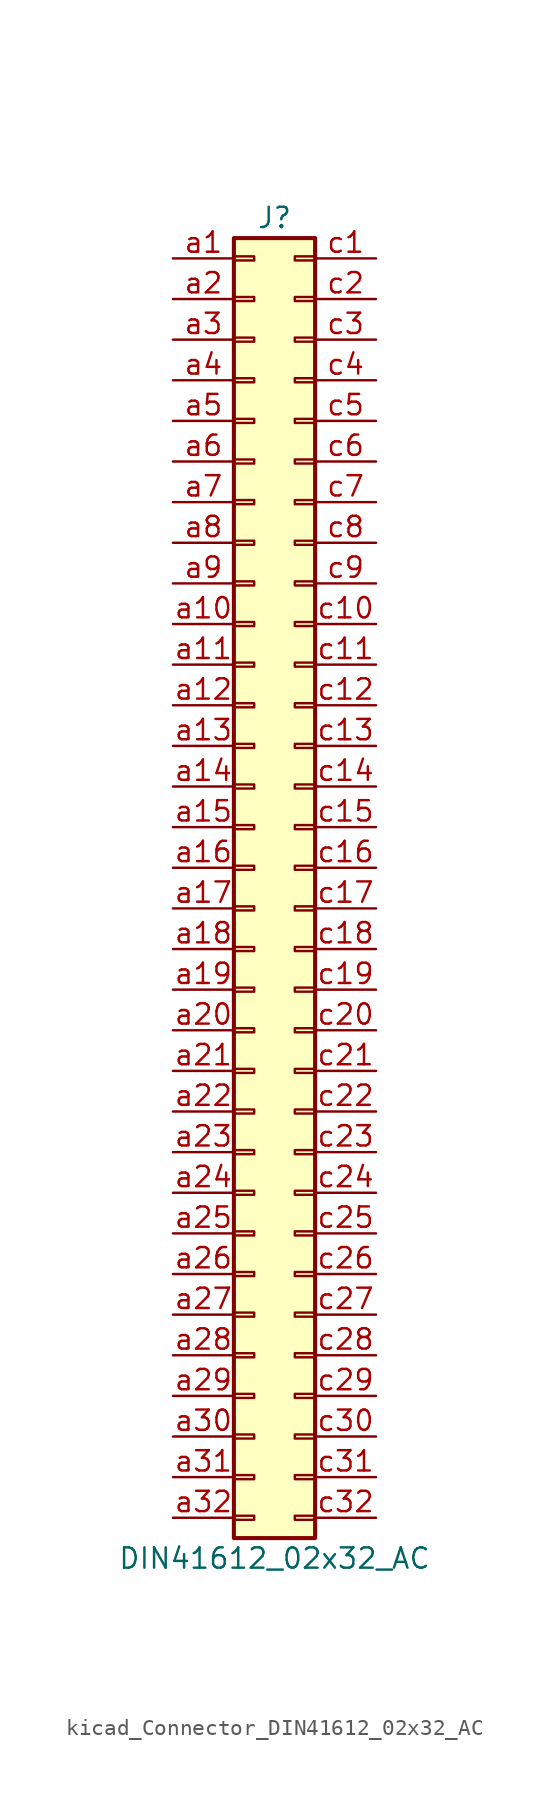
<source format=kicad_sym>
(kicad_symbol_lib
  (version 20220914)
  (generator kicad_symbol_editor)
  (symbol "kicad_Connector_DIN41612_02x32_AC"
    (pin_names
      (offset 1.016) hide)
    (property "Reference" "J"
      (at 1.27 40.64 0)
      (effects (font (size 1.27 1.27))))
    (property "Value" "DIN41612_02x32_AC"
      (at 1.27 -43.18 0)
      (effects (font (size 1.27 1.27))))
    (symbol "kicad_Connector_DIN41612_02x32_AC_1_1"
      (rectangle (start -1.27 -40.513) (end 0 -40.767) (stroke (width 0.152) (type default)) (fill (type none)))
      (rectangle (start -1.27 -37.973) (end 0 -38.227) (stroke (width 0.152) (type default)) (fill (type none)))
      (rectangle (start -1.27 -35.433) (end 0 -35.687) (stroke (width 0.152) (type default)) (fill (type none)))
      (rectangle (start -1.27 -32.893) (end 0 -33.147) (stroke (width 0.152) (type default)) (fill (type none)))
      (rectangle (start -1.27 -30.353) (end 0 -30.607) (stroke (width 0.152) (type default)) (fill (type none)))
      (rectangle (start -1.27 -27.813) (end 0 -28.067) (stroke (width 0.152) (type default)) (fill (type none)))
      (rectangle (start -1.27 -25.273) (end 0 -25.527) (stroke (width 0.152) (type default)) (fill (type none)))
      (rectangle (start -1.27 -22.733) (end 0 -22.987) (stroke (width 0.152) (type default)) (fill (type none)))
      (rectangle (start -1.27 -20.193) (end 0 -20.447) (stroke (width 0.152) (type default)) (fill (type none)))
      (rectangle (start -1.27 -17.653) (end 0 -17.907) (stroke (width 0.152) (type default)) (fill (type none)))
      (rectangle (start -1.27 -15.113) (end 0 -15.367) (stroke (width 0.152) (type default)) (fill (type none)))
      (rectangle (start -1.27 -12.573) (end 0 -12.827) (stroke (width 0.152) (type default)) (fill (type none)))
      (rectangle (start -1.27 -10.033) (end 0 -10.287) (stroke (width 0.152) (type default)) (fill (type none)))
      (rectangle (start -1.27 -7.493) (end 0 -7.747) (stroke (width 0.152) (type default)) (fill (type none)))
      (rectangle (start -1.27 -4.953) (end 0 -5.207) (stroke (width 0.152) (type default)) (fill (type none)))
      (rectangle (start -1.27 -2.413) (end 0 -2.667) (stroke (width 0.152) (type default)) (fill (type none)))
      (rectangle (start -1.27 0.127) (end 0 -0.127) (stroke (width 0.152) (type default)) (fill (type none)))
      (rectangle (start -1.27 2.667) (end 0 2.413) (stroke (width 0.152) (type default)) (fill (type none)))
      (rectangle (start -1.27 5.207) (end 0 4.953) (stroke (width 0.152) (type default)) (fill (type none)))
      (rectangle (start -1.27 7.747) (end 0 7.493) (stroke (width 0.152) (type default)) (fill (type none)))
      (rectangle (start -1.27 10.287) (end 0 10.033) (stroke (width 0.152) (type default)) (fill (type none)))
      (rectangle (start -1.27 12.827) (end 0 12.573) (stroke (width 0.152) (type default)) (fill (type none)))
      (rectangle (start -1.27 15.367) (end 0 15.113) (stroke (width 0.152) (type default)) (fill (type none)))
      (rectangle (start -1.27 17.907) (end 0 17.653) (stroke (width 0.152) (type default)) (fill (type none)))
      (rectangle (start -1.27 20.447) (end 0 20.193) (stroke (width 0.152) (type default)) (fill (type none)))
      (rectangle (start -1.27 22.987) (end 0 22.733) (stroke (width 0.152) (type default)) (fill (type none)))
      (rectangle (start -1.27 25.527) (end 0 25.273) (stroke (width 0.152) (type default)) (fill (type none)))
      (rectangle (start -1.27 28.067) (end 0 27.813) (stroke (width 0.152) (type default)) (fill (type none)))
      (rectangle (start -1.27 30.607) (end 0 30.353) (stroke (width 0.152) (type default)) (fill (type none)))
      (rectangle (start -1.27 33.147) (end 0 32.893) (stroke (width 0.152) (type default)) (fill (type none)))
      (rectangle (start -1.27 35.687) (end 0 35.433) (stroke (width 0.152) (type default)) (fill (type none)))
      (rectangle (start -1.27 38.227) (end 0 37.973) (stroke (width 0.152) (type default)) (fill (type none)))
      (rectangle (start -1.27 39.37) (end 3.81 -41.91) (stroke (width 0.254) (type default)) (fill (type background)))
      (rectangle (start 3.81 -40.513) (end 2.54 -40.767) (stroke (width 0.152) (type default)) (fill (type none)))
      (rectangle (start 3.81 -37.973) (end 2.54 -38.227) (stroke (width 0.152) (type default)) (fill (type none)))
      (rectangle (start 3.81 -35.433) (end 2.54 -35.687) (stroke (width 0.152) (type default)) (fill (type none)))
      (rectangle (start 3.81 -32.893) (end 2.54 -33.147) (stroke (width 0.152) (type default)) (fill (type none)))
      (rectangle (start 3.81 -30.353) (end 2.54 -30.607) (stroke (width 0.152) (type default)) (fill (type none)))
      (rectangle (start 3.81 -27.813) (end 2.54 -28.067) (stroke (width 0.152) (type default)) (fill (type none)))
      (rectangle (start 3.81 -25.273) (end 2.54 -25.527) (stroke (width 0.152) (type default)) (fill (type none)))
      (rectangle (start 3.81 -22.733) (end 2.54 -22.987) (stroke (width 0.152) (type default)) (fill (type none)))
      (rectangle (start 3.81 -20.193) (end 2.54 -20.447) (stroke (width 0.152) (type default)) (fill (type none)))
      (rectangle (start 3.81 -17.653) (end 2.54 -17.907) (stroke (width 0.152) (type default)) (fill (type none)))
      (rectangle (start 3.81 -15.113) (end 2.54 -15.367) (stroke (width 0.152) (type default)) (fill (type none)))
      (rectangle (start 3.81 -12.573) (end 2.54 -12.827) (stroke (width 0.152) (type default)) (fill (type none)))
      (rectangle (start 3.81 -10.033) (end 2.54 -10.287) (stroke (width 0.152) (type default)) (fill (type none)))
      (rectangle (start 3.81 -7.493) (end 2.54 -7.747) (stroke (width 0.152) (type default)) (fill (type none)))
      (rectangle (start 3.81 -4.953) (end 2.54 -5.207) (stroke (width 0.152) (type default)) (fill (type none)))
      (rectangle (start 3.81 -2.413) (end 2.54 -2.667) (stroke (width 0.152) (type default)) (fill (type none)))
      (rectangle (start 3.81 0.127) (end 2.54 -0.127) (stroke (width 0.152) (type default)) (fill (type none)))
      (rectangle (start 3.81 2.667) (end 2.54 2.413) (stroke (width 0.152) (type default)) (fill (type none)))
      (rectangle (start 3.81 5.207) (end 2.54 4.953) (stroke (width 0.152) (type default)) (fill (type none)))
      (rectangle (start 3.81 7.747) (end 2.54 7.493) (stroke (width 0.152) (type default)) (fill (type none)))
      (rectangle (start 3.81 10.287) (end 2.54 10.033) (stroke (width 0.152) (type default)) (fill (type none)))
      (rectangle (start 3.81 12.827) (end 2.54 12.573) (stroke (width 0.152) (type default)) (fill (type none)))
      (rectangle (start 3.81 15.367) (end 2.54 15.113) (stroke (width 0.152) (type default)) (fill (type none)))
      (rectangle (start 3.81 17.907) (end 2.54 17.653) (stroke (width 0.152) (type default)) (fill (type none)))
      (rectangle (start 3.81 20.447) (end 2.54 20.193) (stroke (width 0.152) (type default)) (fill (type none)))
      (rectangle (start 3.81 22.987) (end 2.54 22.733) (stroke (width 0.152) (type default)) (fill (type none)))
      (rectangle (start 3.81 25.527) (end 2.54 25.273) (stroke (width 0.152) (type default)) (fill (type none)))
      (rectangle (start 3.81 28.067) (end 2.54 27.813) (stroke (width 0.152) (type default)) (fill (type none)))
      (rectangle (start 3.81 30.607) (end 2.54 30.353) (stroke (width 0.152) (type default)) (fill (type none)))
      (rectangle (start 3.81 33.147) (end 2.54 32.893) (stroke (width 0.152) (type default)) (fill (type none)))
      (rectangle (start 3.81 35.687) (end 2.54 35.433) (stroke (width 0.152) (type default)) (fill (type none)))
      (rectangle (start 3.81 38.227) (end 2.54 37.973) (stroke (width 0.152) (type default)) (fill (type none)))
      (pin passive line (at -5.08 38.1 0) (length 3.81) (name "Pin_a1" (effects (font (size 1.27 1.27)))) (number "a1" (effects (font (size 1.27 1.27)))))
      (pin passive line (at -5.08 15.24 0) (length 3.81) (name "Pin_a10" (effects (font (size 1.27 1.27)))) (number "a10" (effects (font (size 1.27 1.27)))))
      (pin passive line (at -5.08 12.7 0) (length 3.81) (name "Pin_a11" (effects (font (size 1.27 1.27)))) (number "a11" (effects (font (size 1.27 1.27)))))
      (pin passive line (at -5.08 10.16 0) (length 3.81) (name "Pin_a12" (effects (font (size 1.27 1.27)))) (number "a12" (effects (font (size 1.27 1.27)))))
      (pin passive line (at -5.08 7.62 0) (length 3.81) (name "Pin_a13" (effects (font (size 1.27 1.27)))) (number "a13" (effects (font (size 1.27 1.27)))))
      (pin passive line (at -5.08 5.08 0) (length 3.81) (name "Pin_a14" (effects (font (size 1.27 1.27)))) (number "a14" (effects (font (size 1.27 1.27)))))
      (pin passive line (at -5.08 2.54 0) (length 3.81) (name "Pin_a15" (effects (font (size 1.27 1.27)))) (number "a15" (effects (font (size 1.27 1.27)))))
      (pin passive line (at -5.08 0 0) (length 3.81) (name "Pin_a16" (effects (font (size 1.27 1.27)))) (number "a16" (effects (font (size 1.27 1.27)))))
      (pin passive line (at -5.08 -2.54 0) (length 3.81) (name "Pin_a17" (effects (font (size 1.27 1.27)))) (number "a17" (effects (font (size 1.27 1.27)))))
      (pin passive line (at -5.08 -5.08 0) (length 3.81) (name "Pin_a18" (effects (font (size 1.27 1.27)))) (number "a18" (effects (font (size 1.27 1.27)))))
      (pin passive line (at -5.08 -7.62 0) (length 3.81) (name "Pin_a19" (effects (font (size 1.27 1.27)))) (number "a19" (effects (font (size 1.27 1.27)))))
      (pin passive line (at -5.08 35.56 0) (length 3.81) (name "Pin_a2" (effects (font (size 1.27 1.27)))) (number "a2" (effects (font (size 1.27 1.27)))))
      (pin passive line (at -5.08 -10.16 0) (length 3.81) (name "Pin_a20" (effects (font (size 1.27 1.27)))) (number "a20" (effects (font (size 1.27 1.27)))))
      (pin passive line (at -5.08 -12.7 0) (length 3.81) (name "Pin_a21" (effects (font (size 1.27 1.27)))) (number "a21" (effects (font (size 1.27 1.27)))))
      (pin passive line (at -5.08 -15.24 0) (length 3.81) (name "Pin_a22" (effects (font (size 1.27 1.27)))) (number "a22" (effects (font (size 1.27 1.27)))))
      (pin passive line (at -5.08 -17.78 0) (length 3.81) (name "Pin_a23" (effects (font (size 1.27 1.27)))) (number "a23" (effects (font (size 1.27 1.27)))))
      (pin passive line (at -5.08 -20.32 0) (length 3.81) (name "Pin_a24" (effects (font (size 1.27 1.27)))) (number "a24" (effects (font (size 1.27 1.27)))))
      (pin passive line (at -5.08 -22.86 0) (length 3.81) (name "Pin_a25" (effects (font (size 1.27 1.27)))) (number "a25" (effects (font (size 1.27 1.27)))))
      (pin passive line (at -5.08 -25.4 0) (length 3.81) (name "Pin_a26" (effects (font (size 1.27 1.27)))) (number "a26" (effects (font (size 1.27 1.27)))))
      (pin passive line (at -5.08 -27.94 0) (length 3.81) (name "Pin_a27" (effects (font (size 1.27 1.27)))) (number "a27" (effects (font (size 1.27 1.27)))))
      (pin passive line (at -5.08 -30.48 0) (length 3.81) (name "Pin_a28" (effects (font (size 1.27 1.27)))) (number "a28" (effects (font (size 1.27 1.27)))))
      (pin passive line (at -5.08 -33.02 0) (length 3.81) (name "Pin_a29" (effects (font (size 1.27 1.27)))) (number "a29" (effects (font (size 1.27 1.27)))))
      (pin passive line (at -5.08 33.02 0) (length 3.81) (name "Pin_a3" (effects (font (size 1.27 1.27)))) (number "a3" (effects (font (size 1.27 1.27)))))
      (pin passive line (at -5.08 -35.56 0) (length 3.81) (name "Pin_a30" (effects (font (size 1.27 1.27)))) (number "a30" (effects (font (size 1.27 1.27)))))
      (pin passive line (at -5.08 -38.1 0) (length 3.81) (name "Pin_a31" (effects (font (size 1.27 1.27)))) (number "a31" (effects (font (size 1.27 1.27)))))
      (pin passive line (at -5.08 -40.64 0) (length 3.81) (name "Pin_a32" (effects (font (size 1.27 1.27)))) (number "a32" (effects (font (size 1.27 1.27)))))
      (pin passive line (at -5.08 30.48 0) (length 3.81) (name "Pin_a4" (effects (font (size 1.27 1.27)))) (number "a4" (effects (font (size 1.27 1.27)))))
      (pin passive line (at -5.08 27.94 0) (length 3.81) (name "Pin_a5" (effects (font (size 1.27 1.27)))) (number "a5" (effects (font (size 1.27 1.27)))))
      (pin passive line (at -5.08 25.4 0) (length 3.81) (name "Pin_a6" (effects (font (size 1.27 1.27)))) (number "a6" (effects (font (size 1.27 1.27)))))
      (pin passive line (at -5.08 22.86 0) (length 3.81) (name "Pin_a7" (effects (font (size 1.27 1.27)))) (number "a7" (effects (font (size 1.27 1.27)))))
      (pin passive line (at -5.08 20.32 0) (length 3.81) (name "Pin_a8" (effects (font (size 1.27 1.27)))) (number "a8" (effects (font (size 1.27 1.27)))))
      (pin passive line (at -5.08 17.78 0) (length 3.81) (name "Pin_a9" (effects (font (size 1.27 1.27)))) (number "a9" (effects (font (size 1.27 1.27)))))
      (pin passive line (at 7.62 38.1 180) (length 3.81) (name "Pin_c1" (effects (font (size 1.27 1.27)))) (number "c1" (effects (font (size 1.27 1.27)))))
      (pin passive line (at 7.62 15.24 180) (length 3.81) (name "Pin_c10" (effects (font (size 1.27 1.27)))) (number "c10" (effects (font (size 1.27 1.27)))))
      (pin passive line (at 7.62 12.7 180) (length 3.81) (name "Pin_c11" (effects (font (size 1.27 1.27)))) (number "c11" (effects (font (size 1.27 1.27)))))
      (pin passive line (at 7.62 10.16 180) (length 3.81) (name "Pin_c12" (effects (font (size 1.27 1.27)))) (number "c12" (effects (font (size 1.27 1.27)))))
      (pin passive line (at 7.62 7.62 180) (length 3.81) (name "Pin_c13" (effects (font (size 1.27 1.27)))) (number "c13" (effects (font (size 1.27 1.27)))))
      (pin passive line (at 7.62 5.08 180) (length 3.81) (name "Pin_c14" (effects (font (size 1.27 1.27)))) (number "c14" (effects (font (size 1.27 1.27)))))
      (pin passive line (at 7.62 2.54 180) (length 3.81) (name "Pin_c15" (effects (font (size 1.27 1.27)))) (number "c15" (effects (font (size 1.27 1.27)))))
      (pin passive line (at 7.62 0 180) (length 3.81) (name "Pin_c16" (effects (font (size 1.27 1.27)))) (number "c16" (effects (font (size 1.27 1.27)))))
      (pin passive line (at 7.62 -2.54 180) (length 3.81) (name "Pin_c17" (effects (font (size 1.27 1.27)))) (number "c17" (effects (font (size 1.27 1.27)))))
      (pin passive line (at 7.62 -5.08 180) (length 3.81) (name "Pin_c18" (effects (font (size 1.27 1.27)))) (number "c18" (effects (font (size 1.27 1.27)))))
      (pin passive line (at 7.62 -7.62 180) (length 3.81) (name "Pin_c19" (effects (font (size 1.27 1.27)))) (number "c19" (effects (font (size 1.27 1.27)))))
      (pin passive line (at 7.62 35.56 180) (length 3.81) (name "Pin_c2" (effects (font (size 1.27 1.27)))) (number "c2" (effects (font (size 1.27 1.27)))))
      (pin passive line (at 7.62 -10.16 180) (length 3.81) (name "Pin_c20" (effects (font (size 1.27 1.27)))) (number "c20" (effects (font (size 1.27 1.27)))))
      (pin passive line (at 7.62 -12.7 180) (length 3.81) (name "Pin_c21" (effects (font (size 1.27 1.27)))) (number "c21" (effects (font (size 1.27 1.27)))))
      (pin passive line (at 7.62 -15.24 180) (length 3.81) (name "Pin_c22" (effects (font (size 1.27 1.27)))) (number "c22" (effects (font (size 1.27 1.27)))))
      (pin passive line (at 7.62 -17.78 180) (length 3.81) (name "Pin_c23" (effects (font (size 1.27 1.27)))) (number "c23" (effects (font (size 1.27 1.27)))))
      (pin passive line (at 7.62 -20.32 180) (length 3.81) (name "Pin_c24" (effects (font (size 1.27 1.27)))) (number "c24" (effects (font (size 1.27 1.27)))))
      (pin passive line (at 7.62 -22.86 180) (length 3.81) (name "Pin_c25" (effects (font (size 1.27 1.27)))) (number "c25" (effects (font (size 1.27 1.27)))))
      (pin passive line (at 7.62 -25.4 180) (length 3.81) (name "Pin_c26" (effects (font (size 1.27 1.27)))) (number "c26" (effects (font (size 1.27 1.27)))))
      (pin passive line (at 7.62 -27.94 180) (length 3.81) (name "Pin_c27" (effects (font (size 1.27 1.27)))) (number "c27" (effects (font (size 1.27 1.27)))))
      (pin passive line (at 7.62 -30.48 180) (length 3.81) (name "Pin_c28" (effects (font (size 1.27 1.27)))) (number "c28" (effects (font (size 1.27 1.27)))))
      (pin passive line (at 7.62 -33.02 180) (length 3.81) (name "Pin_c29" (effects (font (size 1.27 1.27)))) (number "c29" (effects (font (size 1.27 1.27)))))
      (pin passive line (at 7.62 33.02 180) (length 3.81) (name "Pin_c3" (effects (font (size 1.27 1.27)))) (number "c3" (effects (font (size 1.27 1.27)))))
      (pin passive line (at 7.62 -35.56 180) (length 3.81) (name "Pin_c30" (effects (font (size 1.27 1.27)))) (number "c30" (effects (font (size 1.27 1.27)))))
      (pin passive line (at 7.62 -38.1 180) (length 3.81) (name "Pin_c31" (effects (font (size 1.27 1.27)))) (number "c31" (effects (font (size 1.27 1.27)))))
      (pin passive line (at 7.62 -40.64 180) (length 3.81) (name "Pin_c32" (effects (font (size 1.27 1.27)))) (number "c32" (effects (font (size 1.27 1.27)))))
      (pin passive line (at 7.62 30.48 180) (length 3.81) (name "Pin_c4" (effects (font (size 1.27 1.27)))) (number "c4" (effects (font (size 1.27 1.27)))))
      (pin passive line (at 7.62 27.94 180) (length 3.81) (name "Pin_c5" (effects (font (size 1.27 1.27)))) (number "c5" (effects (font (size 1.27 1.27)))))
      (pin passive line (at 7.62 25.4 180) (length 3.81) (name "Pin_c6" (effects (font (size 1.27 1.27)))) (number "c6" (effects (font (size 1.27 1.27)))))
      (pin passive line (at 7.62 22.86 180) (length 3.81) (name "Pin_c7" (effects (font (size 1.27 1.27)))) (number "c7" (effects (font (size 1.27 1.27)))))
      (pin passive line (at 7.62 20.32 180) (length 3.81) (name "Pin_c8" (effects (font (size 1.27 1.27)))) (number "c8" (effects (font (size 1.27 1.27)))))
      (pin passive line (at 7.62 17.78 180) (length 3.81) (name "Pin_c9" (effects (font (size 1.27 1.27)))) (number "c9" (effects (font (size 1.27 1.27))))))))
</source>
